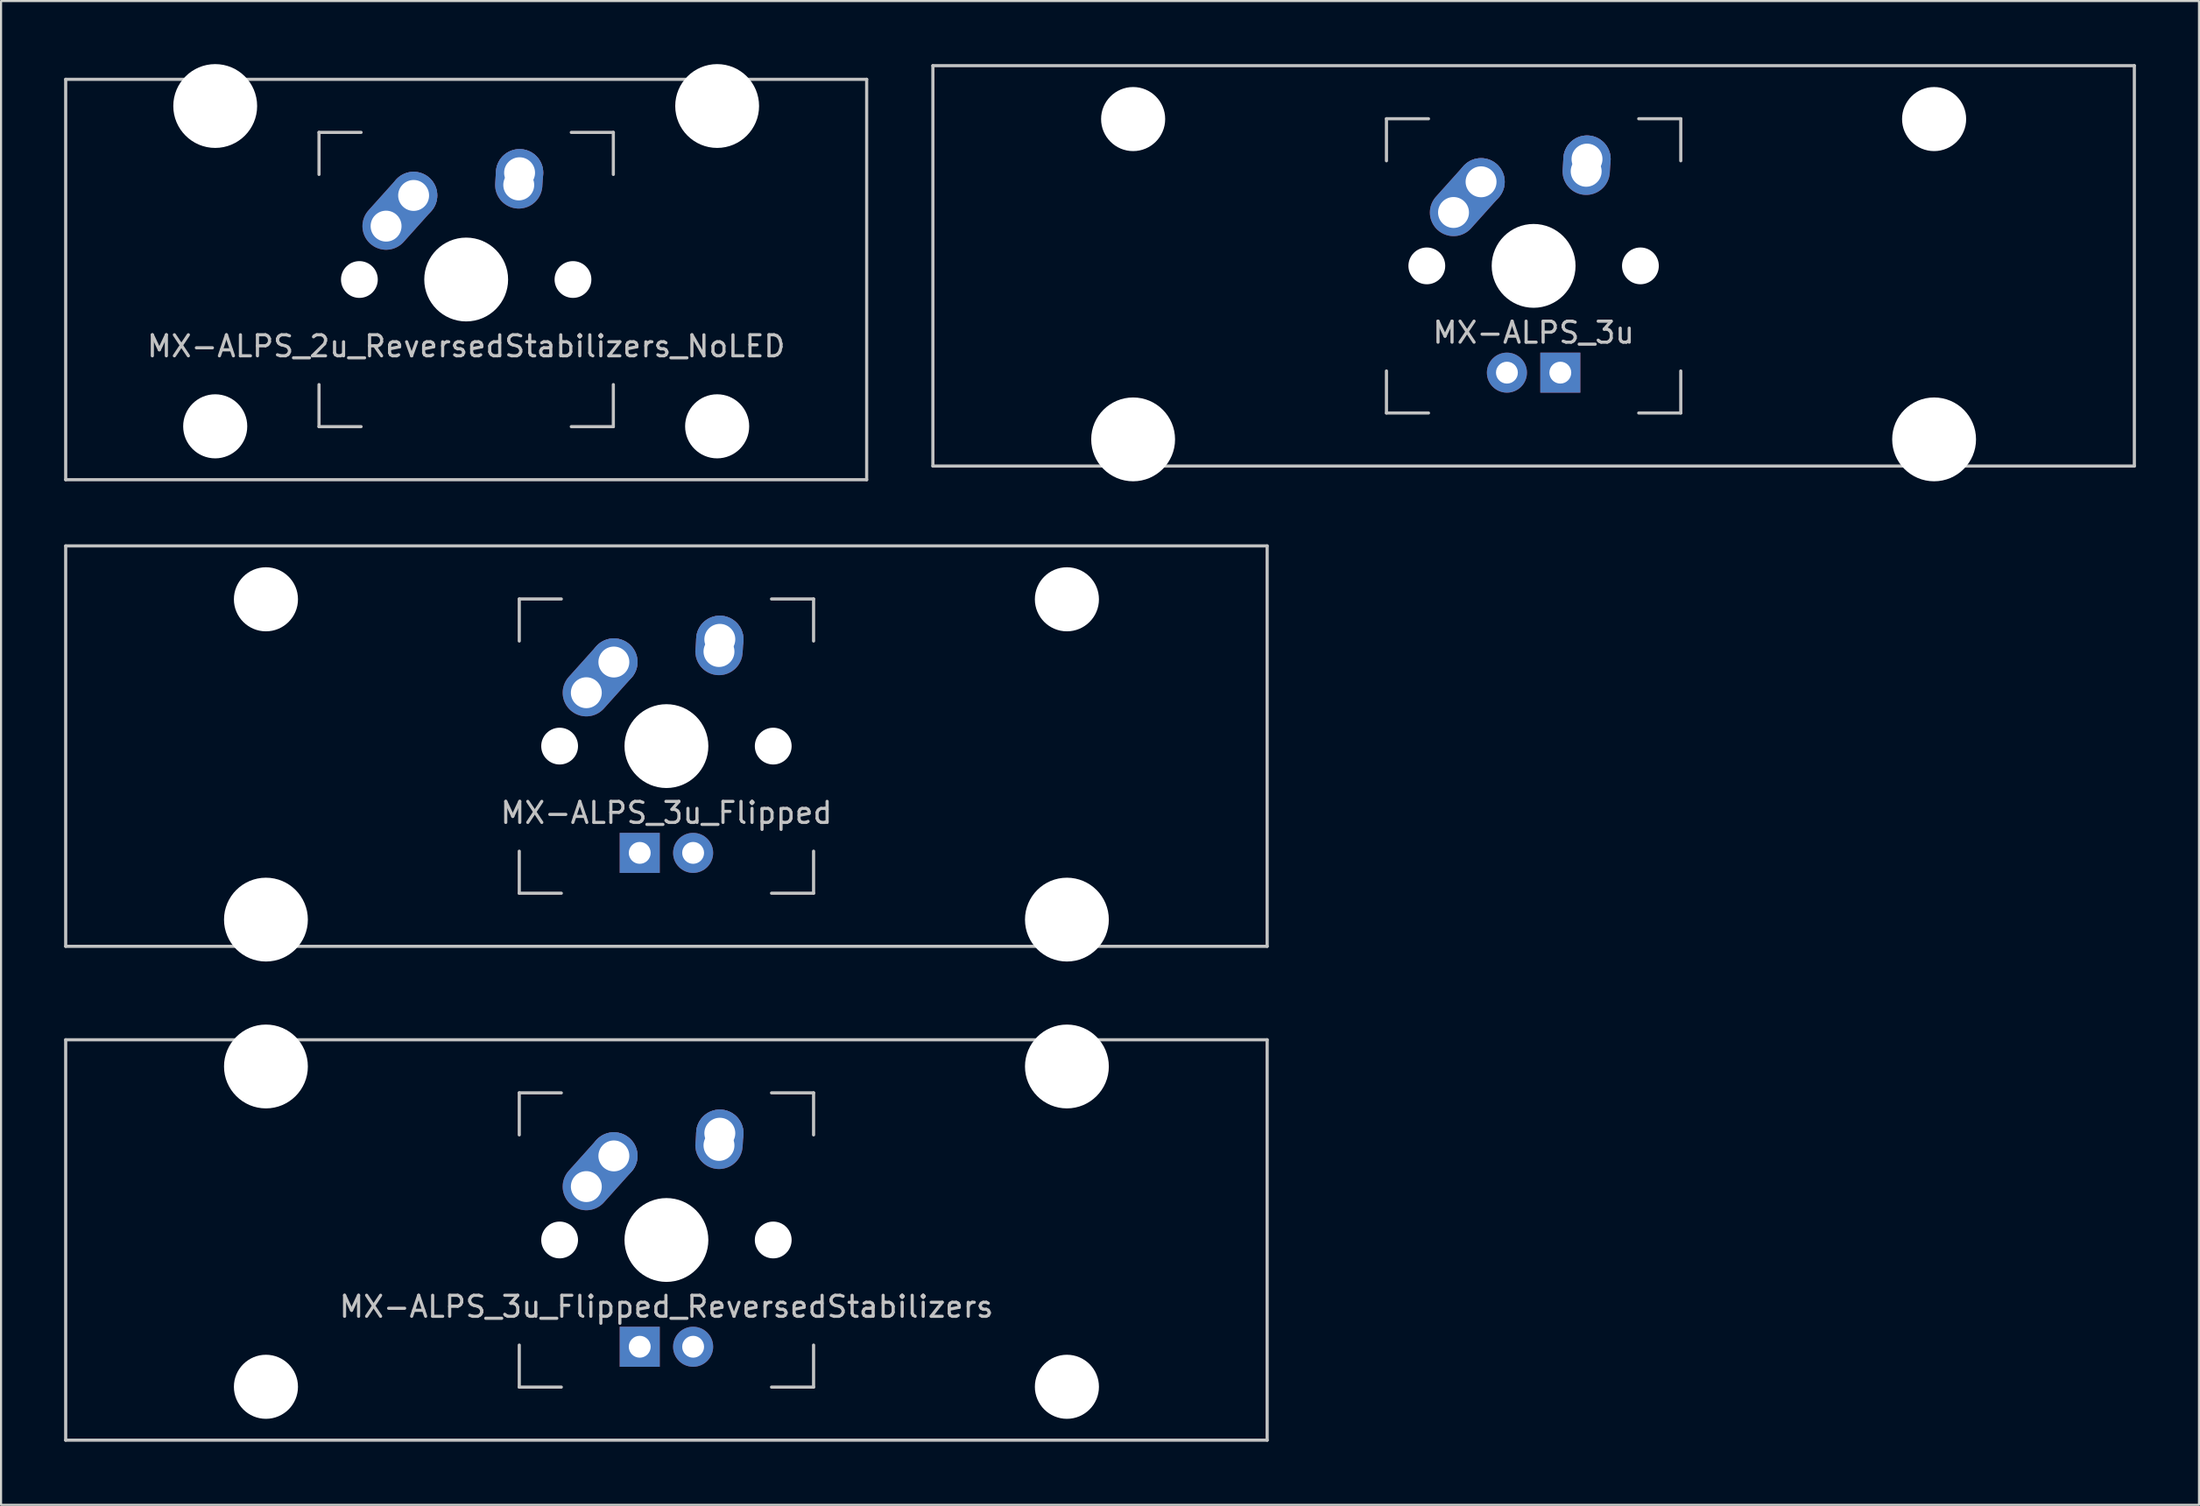
<source format=kicad_pcb>
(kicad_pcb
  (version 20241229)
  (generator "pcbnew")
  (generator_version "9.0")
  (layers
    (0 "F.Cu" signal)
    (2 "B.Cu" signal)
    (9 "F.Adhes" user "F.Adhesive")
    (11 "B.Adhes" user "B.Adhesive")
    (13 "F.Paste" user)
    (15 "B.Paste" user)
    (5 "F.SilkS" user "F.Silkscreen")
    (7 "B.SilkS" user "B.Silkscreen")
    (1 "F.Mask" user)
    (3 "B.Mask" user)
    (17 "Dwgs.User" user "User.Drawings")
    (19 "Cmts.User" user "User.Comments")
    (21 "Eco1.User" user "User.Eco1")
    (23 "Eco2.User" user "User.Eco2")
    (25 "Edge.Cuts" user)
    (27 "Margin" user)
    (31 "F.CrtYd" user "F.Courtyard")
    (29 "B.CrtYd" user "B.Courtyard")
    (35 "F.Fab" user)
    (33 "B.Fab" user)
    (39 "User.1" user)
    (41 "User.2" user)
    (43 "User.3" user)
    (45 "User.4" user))
  (footprint "MX-ALPS_3u"
    (layer "F.Cu")
    (at 69.9 9.6)
    (property "Reference" "MX-ALPS_3u" (at 0 3.175 0) (layer "Dwgs.User") (effects (font (size 1 1) (thickness 0.15))))
    (attr through_hole)
    (fp_line (start -28.575 -9.525) (end 28.575 -9.525) (stroke (width 0.15) (type solid)) (layer "Dwgs.User"))
    (fp_line (start -28.575 9.525) (end -28.575 -9.525) (stroke (width 0.15) (type solid)) (layer "Dwgs.User"))
    (fp_line (start -28.575 9.525) (end 28.575 9.525) (stroke (width 0.15) (type solid)) (layer "Dwgs.User"))
    (fp_line (start -7 -7) (end -7 -5) (stroke (width 0.15) (type solid)) (layer "Dwgs.User"))
    (fp_line (start -7 5) (end -7 7) (stroke (width 0.15) (type solid)) (layer "Dwgs.User"))
    (fp_line (start -7 7) (end -5 7) (stroke (width 0.15) (type solid)) (layer "Dwgs.User"))
    (fp_line (start -5 -7) (end -7 -7) (stroke (width 0.15) (type solid)) (layer "Dwgs.User"))
    (fp_line (start 5 -7) (end 7 -7) (stroke (width 0.15) (type solid)) (layer "Dwgs.User"))
    (fp_line (start 5 7) (end 7 7) (stroke (width 0.15) (type solid)) (layer "Dwgs.User"))
    (fp_line (start 7 -7) (end 7 -5) (stroke (width 0.15) (type solid)) (layer "Dwgs.User"))
    (fp_line (start 7 7) (end 7 5) (stroke (width 0.15) (type solid)) (layer "Dwgs.User"))
    (fp_line (start 28.575 -9.525) (end 28.575 9.525) (stroke (width 0.15) (type solid)) (layer "Dwgs.User"))
    (pad "" np_thru_hole circle (at -19.05 -6.985) (size 3.048 3.048) (drill 3.048) (layers "*.Cu" "*.Mask"))
    (pad "" np_thru_hole circle (at -19.05 8.255) (size 3.988 3.988) (drill 3.988) (layers "*.Cu" "*.Mask"))
    (pad "" np_thru_hole circle (at -5.08 0 48.1) (size 1.75 1.75) (drill 1.75) (layers "*.Cu" "*.Mask"))
    (pad "" np_thru_hole circle (at 0 0) (size 3.988 3.988) (drill 3.988) (layers "*.Cu" "*.Mask"))
    (pad "" np_thru_hole circle (at 5.08 0 48.1) (size 1.75 1.75) (drill 1.75) (layers "*.Cu" "*.Mask"))
    (pad "" np_thru_hole circle (at 19.05 -6.985) (size 3.048 3.048) (drill 3.048) (layers "*.Cu" "*.Mask"))
    (pad "" np_thru_hole circle (at 19.05 8.255) (size 3.988 3.988) (drill 3.988) (layers "*.Cu" "*.Mask"))
    (pad "1" thru_hole oval (at -3.81 -2.54 48.1) (size 4.212 2.25) (drill 1.47 (offset 0.981 0)) (layers "*.Cu" "B.Mask"))
    (pad "1" thru_hole circle (at -2.5 -4) (size 2.25 2.25) (drill 1.47) (layers "*.Cu" "B.Mask"))
    (pad "2" thru_hole oval (at 2.5 -4.5 86.055) (size 2.831 2.25) (drill 1.47 (offset 0.291 0)) (layers "*.Cu" "B.Mask"))
    (pad "2" thru_hole circle (at 2.54 -5.08) (size 2.25 2.25) (drill 1.47) (layers "*.Cu" "B.Mask"))
    (pad "3" thru_hole circle (at -1.27 5.08) (size 1.905 1.905) (drill 1.04) (layers "*.Cu" "B.Mask"))
    (pad "4" thru_hole rect (at 1.27 5.08) (size 1.905 1.905) (drill 1.04) (layers "*.Cu" "B.Mask")))
  (footprint "MX-ALPS_3u_Flipped"
    (layer "F.Cu")
    (at 28.65 32.449)
    (property "Reference" "MX-ALPS_3u_Flipped" (at 0 3.175 0) (layer "Dwgs.User") (effects (font (size 1 1) (thickness 0.15))))
    (attr through_hole)
    (fp_line (start -28.575 -9.525) (end 28.575 -9.525) (stroke (width 0.15) (type solid)) (layer "Dwgs.User"))
    (fp_line (start -28.575 9.525) (end -28.575 -9.525) (stroke (width 0.15) (type solid)) (layer "Dwgs.User"))
    (fp_line (start -28.575 9.525) (end 28.575 9.525) (stroke (width 0.15) (type solid)) (layer "Dwgs.User"))
    (fp_line (start -7 -7) (end -7 -5) (stroke (width 0.15) (type solid)) (layer "Dwgs.User"))
    (fp_line (start -7 5) (end -7 7) (stroke (width 0.15) (type solid)) (layer "Dwgs.User"))
    (fp_line (start -7 7) (end -5 7) (stroke (width 0.15) (type solid)) (layer "Dwgs.User"))
    (fp_line (start -5 -7) (end -7 -7) (stroke (width 0.15) (type solid)) (layer "Dwgs.User"))
    (fp_line (start 5 -7) (end 7 -7) (stroke (width 0.15) (type solid)) (layer "Dwgs.User"))
    (fp_line (start 5 7) (end 7 7) (stroke (width 0.15) (type solid)) (layer "Dwgs.User"))
    (fp_line (start 7 -7) (end 7 -5) (stroke (width 0.15) (type solid)) (layer "Dwgs.User"))
    (fp_line (start 7 7) (end 7 5) (stroke (width 0.15) (type solid)) (layer "Dwgs.User"))
    (fp_line (start 28.575 -9.525) (end 28.575 9.525) (stroke (width 0.15) (type solid)) (layer "Dwgs.User"))
    (pad "" np_thru_hole circle (at -19.05 -6.985) (size 3.048 3.048) (drill 3.048) (layers "*.Cu" "*.Mask"))
    (pad "" np_thru_hole circle (at -19.05 8.255) (size 3.988 3.988) (drill 3.988) (layers "*.Cu" "*.Mask"))
    (pad "" np_thru_hole circle (at -5.08 0 48.1) (size 1.75 1.75) (drill 1.75) (layers "*.Cu" "*.Mask"))
    (pad "" np_thru_hole circle (at 0 0) (size 3.988 3.988) (drill 3.988) (layers "*.Cu" "*.Mask"))
    (pad "" np_thru_hole circle (at 5.08 0 48.1) (size 1.75 1.75) (drill 1.75) (layers "*.Cu" "*.Mask"))
    (pad "" np_thru_hole circle (at 19.05 -6.985) (size 3.048 3.048) (drill 3.048) (layers "*.Cu" "*.Mask"))
    (pad "" np_thru_hole circle (at 19.05 8.255) (size 3.988 3.988) (drill 3.988) (layers "*.Cu" "*.Mask"))
    (pad "1" thru_hole oval (at -3.81 -2.54 48.1) (size 4.212 2.25) (drill 1.47 (offset 0.981 0)) (layers "*.Cu" "B.Mask"))
    (pad "1" thru_hole circle (at -2.5 -4) (size 2.25 2.25) (drill 1.47) (layers "*.Cu" "B.Mask"))
    (pad "2" thru_hole oval (at 2.5 -4.5 86.055) (size 2.831 2.25) (drill 1.47 (offset 0.291 0)) (layers "*.Cu" "B.Mask"))
    (pad "2" thru_hole circle (at 2.54 -5.08) (size 2.25 2.25) (drill 1.47) (layers "*.Cu" "B.Mask"))
    (pad "3" thru_hole circle (at 1.27 5.08) (size 1.905 1.905) (drill 1.04) (layers "*.Cu" "B.Mask"))
    (pad "4" thru_hole rect (at -1.27 5.08) (size 1.905 1.905) (drill 1.04) (layers "*.Cu" "B.Mask")))
  (footprint "MX-ALPS_2u_ReversedStabilizers_NoLED"
    (layer "F.Cu")
    (at 19.125 10.249)
    (property "Reference" "MX-ALPS_2u_ReversedStabilizers_NoLED" (at 0 3.175 0) (layer "Dwgs.User") (effects (font (size 1 1) (thickness 0.15))))
    (attr through_hole)
    (fp_line (start -19.05 -9.525) (end 19.05 -9.525) (stroke (width 0.15) (type solid)) (layer "Dwgs.User"))
    (fp_line (start -19.05 9.525) (end -19.05 -9.525) (stroke (width 0.15) (type solid)) (layer "Dwgs.User"))
    (fp_line (start -19.05 9.525) (end 19.05 9.525) (stroke (width 0.15) (type solid)) (layer "Dwgs.User"))
    (fp_line (start -7 -7) (end -7 -5) (stroke (width 0.15) (type solid)) (layer "Dwgs.User"))
    (fp_line (start -7 5) (end -7 7) (stroke (width 0.15) (type solid)) (layer "Dwgs.User"))
    (fp_line (start -7 7) (end -5 7) (stroke (width 0.15) (type solid)) (layer "Dwgs.User"))
    (fp_line (start -5 -7) (end -7 -7) (stroke (width 0.15) (type solid)) (layer "Dwgs.User"))
    (fp_line (start 5 -7) (end 7 -7) (stroke (width 0.15) (type solid)) (layer "Dwgs.User"))
    (fp_line (start 5 7) (end 7 7) (stroke (width 0.15) (type solid)) (layer "Dwgs.User"))
    (fp_line (start 7 -7) (end 7 -5) (stroke (width 0.15) (type solid)) (layer "Dwgs.User"))
    (fp_line (start 7 7) (end 7 5) (stroke (width 0.15) (type solid)) (layer "Dwgs.User"))
    (fp_line (start 19.05 -9.525) (end 19.05 9.525) (stroke (width 0.15) (type solid)) (layer "Dwgs.User"))
    (pad "" np_thru_hole circle (at -11.938 -8.255) (size 3.988 3.988) (drill 3.988) (layers "*.Cu" "*.Mask"))
    (pad "" np_thru_hole circle (at -11.938 6.985) (size 3.048 3.048) (drill 3.048) (layers "*.Cu" "*.Mask"))
    (pad "" np_thru_hole circle (at -5.08 0 48.1) (size 1.75 1.75) (drill 1.75) (layers "*.Cu" "*.Mask"))
    (pad "" np_thru_hole circle (at 0 0) (size 3.988 3.988) (drill 3.988) (layers "*.Cu" "*.Mask"))
    (pad "" np_thru_hole circle (at 5.08 0 48.1) (size 1.75 1.75) (drill 1.75) (layers "*.Cu" "*.Mask"))
    (pad "" np_thru_hole circle (at 11.938 -8.255) (size 3.988 3.988) (drill 3.988) (layers "*.Cu" "*.Mask"))
    (pad "" np_thru_hole circle (at 11.938 6.985) (size 3.048 3.048) (drill 3.048) (layers "*.Cu" "*.Mask"))
    (pad "1" thru_hole oval (at -3.81 -2.54 48.1) (size 4.212 2.25) (drill 1.47 (offset 0.981 0)) (layers "*.Cu" "B.Mask"))
    (pad "1" thru_hole circle (at -2.5 -4) (size 2.25 2.25) (drill 1.47) (layers "*.Cu" "B.Mask"))
    (pad "2" thru_hole oval (at 2.5 -4.5 86.055) (size 2.831 2.25) (drill 1.47 (offset 0.291 0)) (layers "*.Cu" "B.Mask"))
    (pad "2" thru_hole circle (at 2.54 -5.08) (size 2.25 2.25) (drill 1.47) (layers "*.Cu" "B.Mask")))
  (footprint "MX-ALPS_3u_Flipped_ReversedStabilizers"
    (layer "F.Cu")
    (at 28.65 55.947)
    (property "Reference" "MX-ALPS_3u_Flipped_ReversedStabilizers" (at 0 3.175 0) (layer "Dwgs.User") (effects (font (size 1 1) (thickness 0.15))))
    (attr through_hole)
    (fp_line (start -28.575 -9.525) (end 28.575 -9.525) (stroke (width 0.15) (type solid)) (layer "Dwgs.User"))
    (fp_line (start -28.575 9.525) (end -28.575 -9.525) (stroke (width 0.15) (type solid)) (layer "Dwgs.User"))
    (fp_line (start -28.575 9.525) (end 28.575 9.525) (stroke (width 0.15) (type solid)) (layer "Dwgs.User"))
    (fp_line (start -7 -7) (end -7 -5) (stroke (width 0.15) (type solid)) (layer "Dwgs.User"))
    (fp_line (start -7 5) (end -7 7) (stroke (width 0.15) (type solid)) (layer "Dwgs.User"))
    (fp_line (start -7 7) (end -5 7) (stroke (width 0.15) (type solid)) (layer "Dwgs.User"))
    (fp_line (start -5 -7) (end -7 -7) (stroke (width 0.15) (type solid)) (layer "Dwgs.User"))
    (fp_line (start 5 -7) (end 7 -7) (stroke (width 0.15) (type solid)) (layer "Dwgs.User"))
    (fp_line (start 5 7) (end 7 7) (stroke (width 0.15) (type solid)) (layer "Dwgs.User"))
    (fp_line (start 7 -7) (end 7 -5) (stroke (width 0.15) (type solid)) (layer "Dwgs.User"))
    (fp_line (start 7 7) (end 7 5) (stroke (width 0.15) (type solid)) (layer "Dwgs.User"))
    (fp_line (start 28.575 -9.525) (end 28.575 9.525) (stroke (width 0.15) (type solid)) (layer "Dwgs.User"))
    (pad "" np_thru_hole circle (at -19.05 -8.255) (size 3.988 3.988) (drill 3.988) (layers "*.Cu" "*.Mask"))
    (pad "" np_thru_hole circle (at -19.05 6.985) (size 3.048 3.048) (drill 3.048) (layers "*.Cu" "*.Mask"))
    (pad "" np_thru_hole circle (at -5.08 0 48.1) (size 1.75 1.75) (drill 1.75) (layers "*.Cu" "*.Mask"))
    (pad "" np_thru_hole circle (at 0 0) (size 3.988 3.988) (drill 3.988) (layers "*.Cu" "*.Mask"))
    (pad "" np_thru_hole circle (at 5.08 0 48.1) (size 1.75 1.75) (drill 1.75) (layers "*.Cu" "*.Mask"))
    (pad "" np_thru_hole circle (at 19.05 -8.255) (size 3.988 3.988) (drill 3.988) (layers "*.Cu" "*.Mask"))
    (pad "" np_thru_hole circle (at 19.05 6.985) (size 3.048 3.048) (drill 3.048) (layers "*.Cu" "*.Mask"))
    (pad "1" thru_hole oval (at -3.81 -2.54 48.1) (size 4.212 2.25) (drill 1.47 (offset 0.981 0)) (layers "*.Cu" "B.Mask"))
    (pad "1" thru_hole circle (at -2.5 -4) (size 2.25 2.25) (drill 1.47) (layers "*.Cu" "B.Mask"))
    (pad "2" thru_hole oval (at 2.5 -4.5 86.055) (size 2.831 2.25) (drill 1.47 (offset 0.291 0)) (layers "*.Cu" "B.Mask"))
    (pad "2" thru_hole circle (at 2.54 -5.08) (size 2.25 2.25) (drill 1.47) (layers "*.Cu" "B.Mask"))
    (pad "3" thru_hole circle (at 1.27 5.08) (size 1.905 1.905) (drill 1.04) (layers "*.Cu" "B.Mask"))
    (pad "4" thru_hole rect (at -1.27 5.08) (size 1.905 1.905) (drill 1.04) (layers "*.Cu" "B.Mask")))
  (gr_rect
    (start -3 -3)
    (end 101.55 68.547)
    (stroke (width 0.1) (type default))
    (fill no)
    (layer "Edge.Cuts")))
</source>
